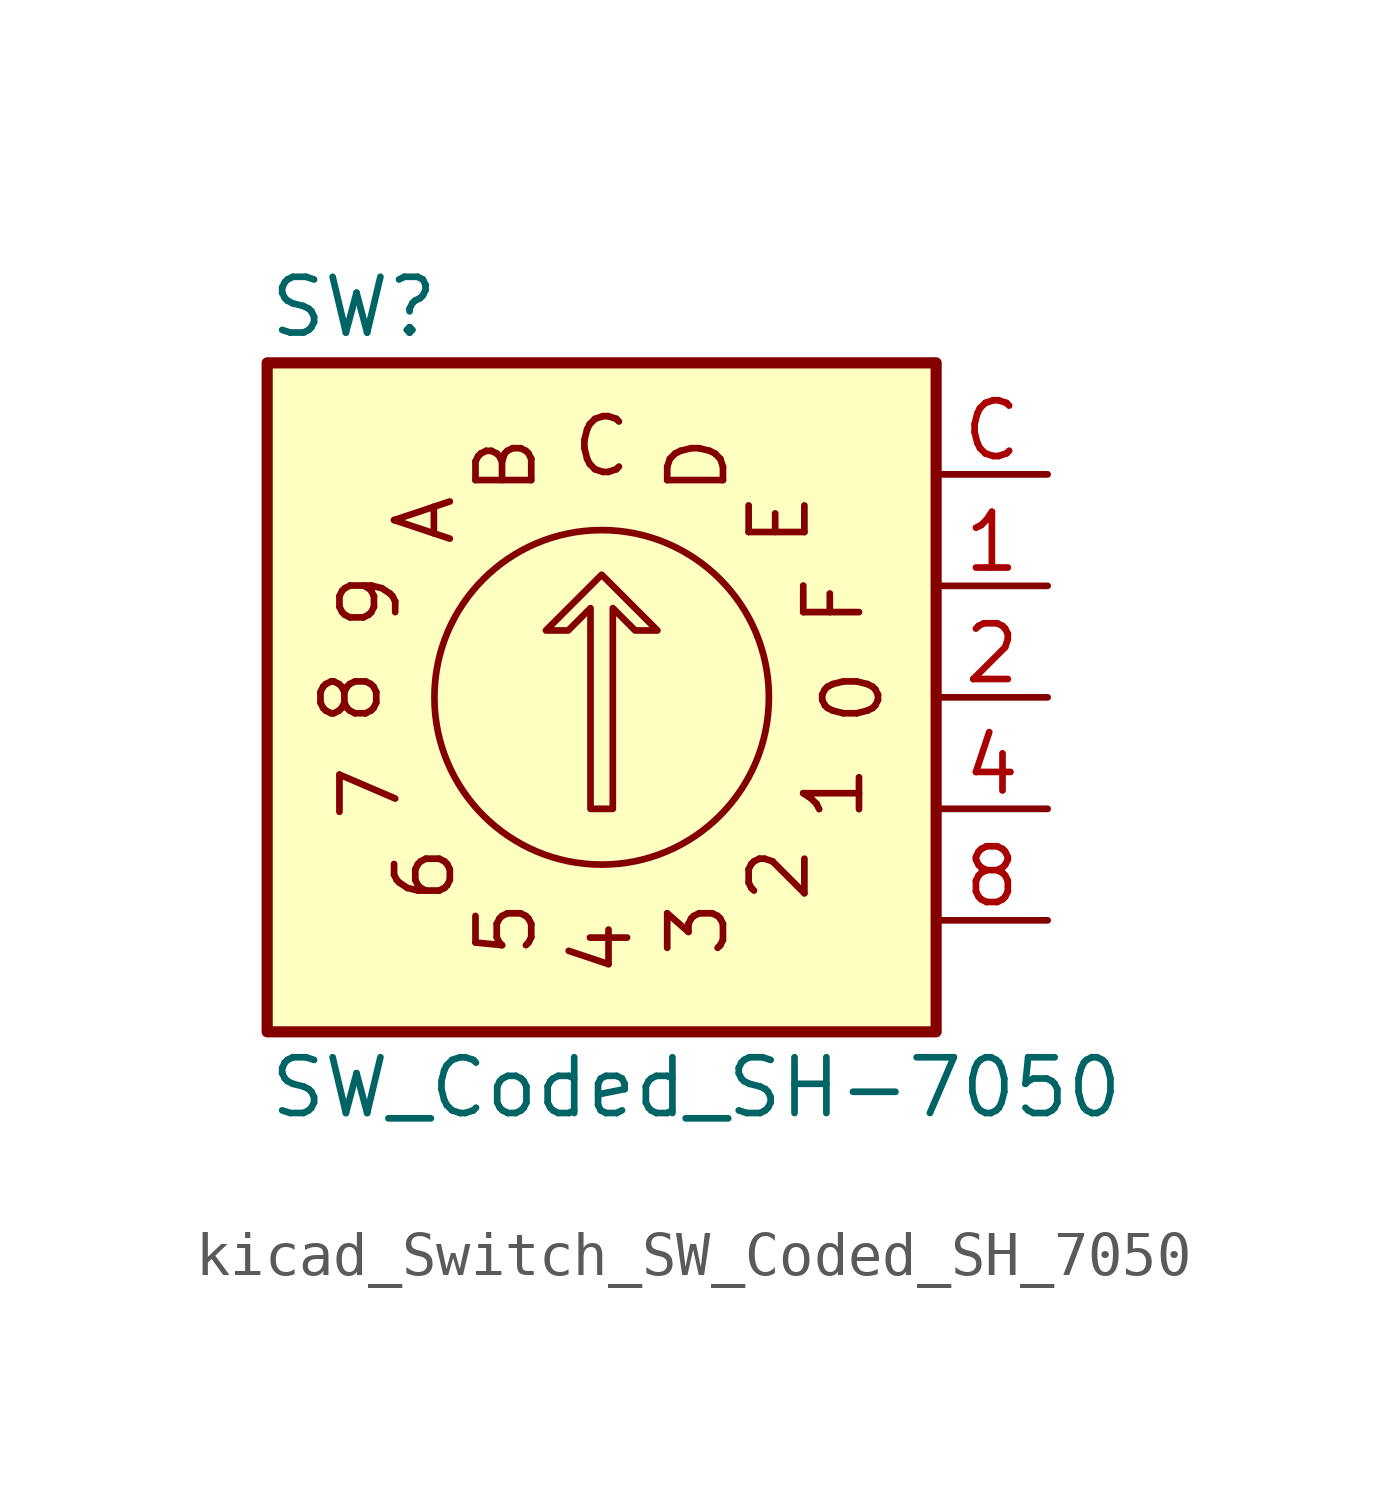
<source format=kicad_sym>
(kicad_symbol_lib
  (version 20220914)
  (generator kicad_symbol_editor)
  (symbol "kicad_Switch_SW_Coded_SH_7050"
    (pin_names hide)
    (property "Reference" "SW"
      (at -7.62 8.89 0)
      (effects (font (size 1.27 1.27)) (justify left)))
    (property "Value" "SW_Coded_SH-7050"
      (at -7.62 -8.89 0)
      (effects (font (size 1.27 1.27)) (justify left)))
    (symbol "kicad_Switch_SW_Coded_SH_7050_0_0"
      (text "0" (at 5.715 0 2700) (effects (font (size 1.27 1.27))))
      (text "1" (at 5.283 -2.184 2475) (effects (font (size 1.27 1.27))))
      (text "2" (at 4.039 -4.039 2250) (effects (font (size 1.27 1.27))))
      (text "3" (at 2.184 -5.283 2025) (effects (font (size 1.27 1.27))))
      (text "4" (at 0 -5.715 1800) (effects (font (size 1.27 1.27))))
      (text "5" (at -2.184 -5.283 1575) (effects (font (size 1.27 1.27))))
      (text "6" (at -4.039 -4.039 1350) (effects (font (size 1.27 1.27))))
      (text "7" (at -5.283 -2.184 1125) (effects (font (size 1.27 1.27))))
      (text "8" (at -5.715 0 900) (effects (font (size 1.27 1.27))))
      (text "9" (at -5.283 2.184 675) (effects (font (size 1.27 1.27))))
      (text "A" (at -4.039 4.039 450) (effects (font (size 1.27 1.27))))
      (text "B" (at -2.184 5.283 225) (effects (font (size 1.27 1.27))))
      (text "C" (at 0 5.715 0) (effects (font (size 1.27 1.27))))
      (text "D" (at 2.184 5.283 3375) (effects (font (size 1.27 1.27))))
      (text "E" (at 4.039 4.039 3150) (effects (font (size 1.27 1.27))))
      (text "F" (at 5.283 2.184 2925) (effects (font (size 1.27 1.27)))))
    (symbol "kicad_Switch_SW_Coded_SH_7050_0_1"
      (polyline (pts (xy -0.254 -2.54) (xy -0.254 2.032) (xy -0.762 1.524) (xy -1.27 1.524) (xy 0 2.794) (xy 1.27 1.524) (xy 0.762 1.524) (xy 0.254 2.032) (xy 0.254 -2.54) (xy -0.254 -2.54) (xy -0.254 -2.54)) (stroke (width 0) (type default)) (fill (type none)))
      (circle (center 0 0) (radius 3.81) (stroke (width 0) (type default)) (fill (type none)))
      (rectangle (start 7.62 7.62) (end -7.62 -7.62) (stroke (width 0.254) (type default)) (fill (type background))))
    (symbol "kicad_Switch_SW_Coded_SH_7050_1_1"
      (pin passive line (at 10.16 2.54 180) (length 2.54) (name "1" (effects (font (size 1.27 1.27)))) (number "1" (effects (font (size 1.27 1.27)))))
      (pin passive line (at 10.16 0 180) (length 2.54) (name "2" (effects (font (size 1.27 1.27)))) (number "2" (effects (font (size 1.27 1.27)))))
      (pin passive line (at 10.16 -2.54 180) (length 2.54) (name "4" (effects (font (size 1.27 1.27)))) (number "4" (effects (font (size 1.27 1.27)))))
      (pin passive line (at 10.16 -5.08 180) (length 2.54) (name "8" (effects (font (size 1.27 1.27)))) (number "8" (effects (font (size 1.27 1.27)))))
      (pin passive line (at 10.16 5.08 180) (length 2.54) (name "C" (effects (font (size 1.27 1.27)))) (number "C" (effects (font (size 1.27 1.27))))))))
</source>
